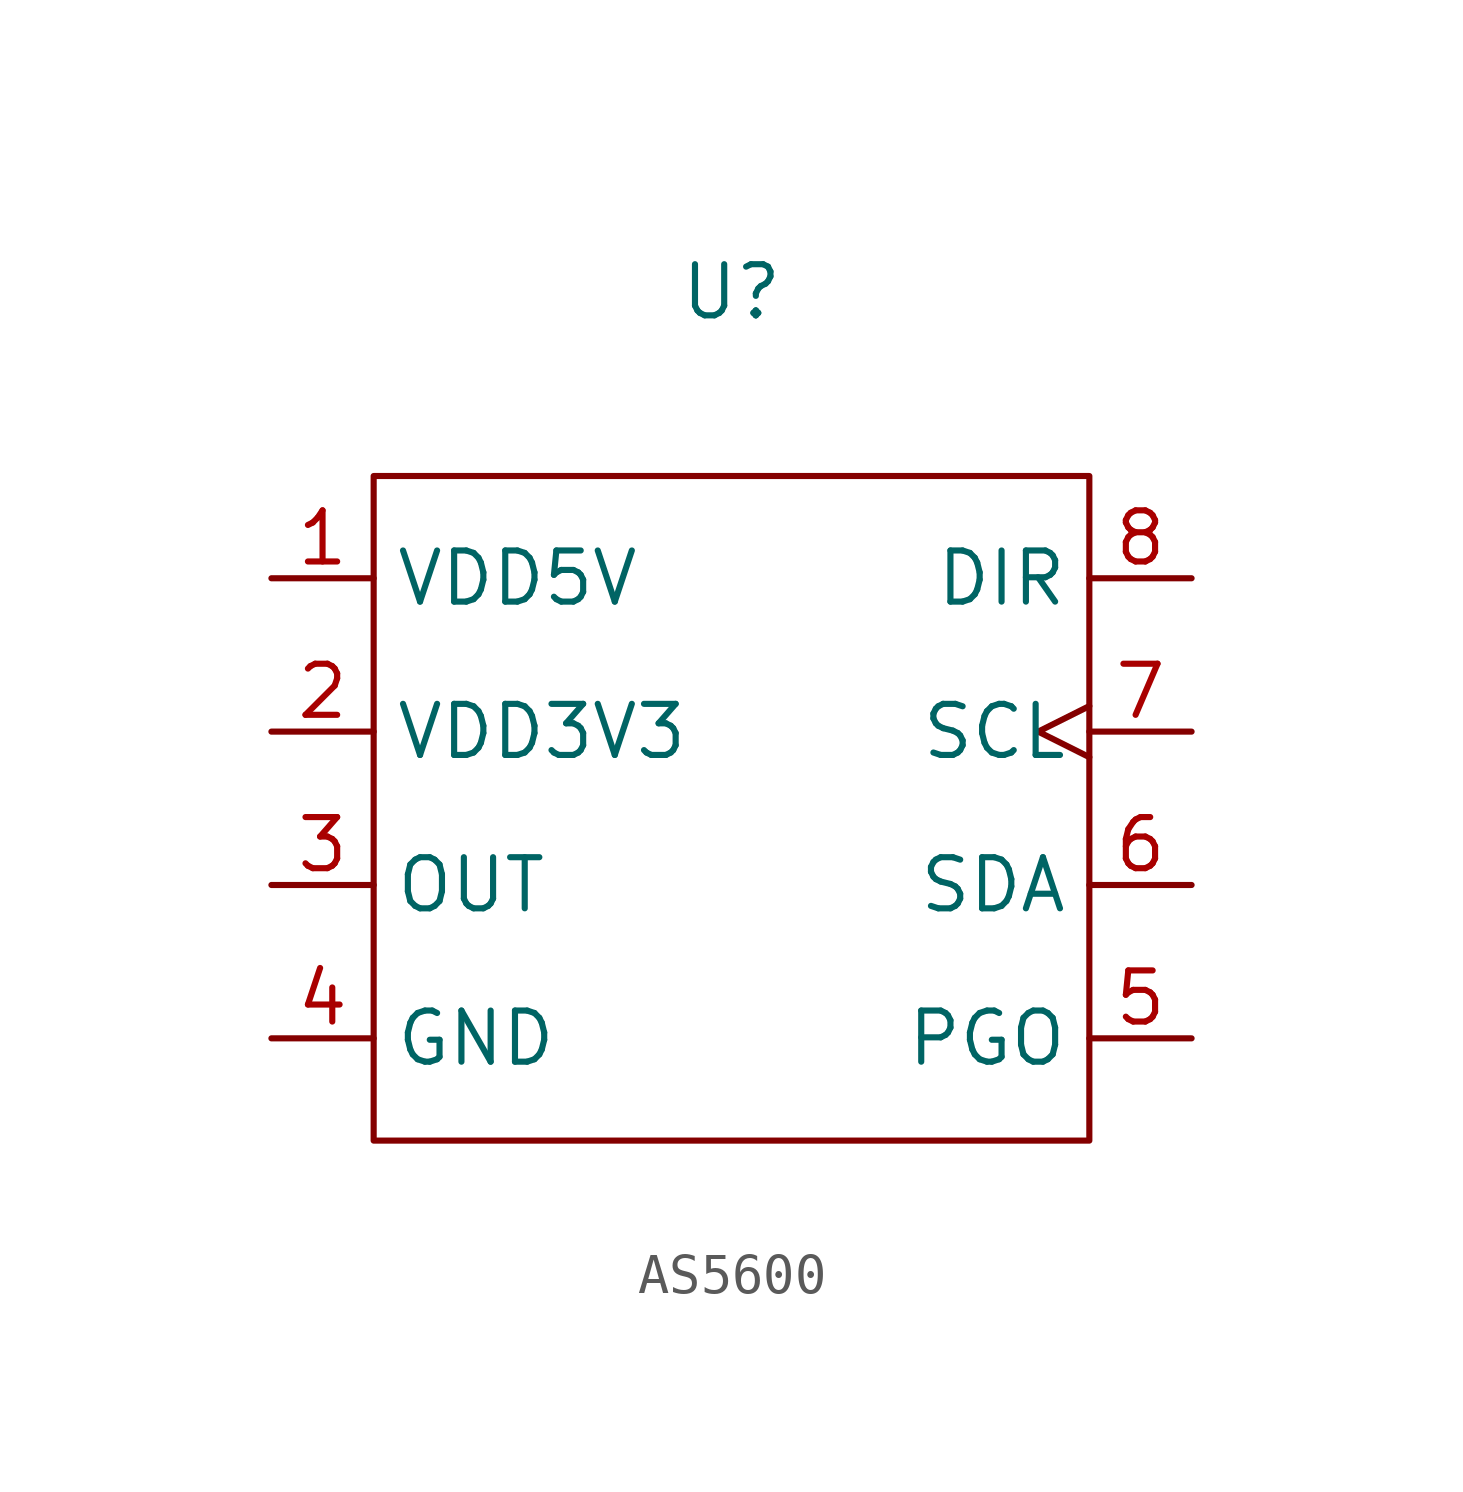
<source format=kicad_sym>
(kicad_symbol_lib
  (version 20241209)
  (generator "kicad_symbol_editor")
  (generator_version "9.0")
  (symbol "AS5600"
    (property "Reference" "U"
      (at 0 21.082 0)
      (effects (font (size 1.27 1.27))))
    (property "Value" ""
      (at 0 0 0)
      (effects (font (size 1.27 1.27))))
    (symbol "AS5600_0_1"
      (rectangle (start -8.89 16.51) (end 8.89 0) (stroke (width 0) (type default)) (fill (type none))))
    (symbol "AS5600_1_1"
      (pin power_in line (at -11.43 13.97 0) (length 2.54) (name "VDD5V" (effects (font (size 1.27 1.27)))) (number "1" (effects (font (size 1.27 1.27)))))
      (pin power_in line (at -11.43 10.16 0) (length 2.54) (name "VDD3V3" (effects (font (size 1.27 1.27)))) (number "2" (effects (font (size 1.27 1.27)))))
      (pin output line (at -11.43 6.35 0) (length 2.54) (name "OUT" (effects (font (size 1.27 1.27)))) (number "3" (effects (font (size 1.27 1.27)))))
      (pin passive line (at -11.43 2.54 0) (length 2.54) (name "GND" (effects (font (size 1.27 1.27)))) (number "4" (effects (font (size 1.27 1.27)))))
      (pin input line (at 11.43 13.97 180) (length 2.54) (name "DIR" (effects (font (size 1.27 1.27)))) (number "8" (effects (font (size 1.27 1.27)))))
      (pin bidirectional clock (at 11.43 10.16 180) (length 2.54) (name "SCL" (effects (font (size 1.27 1.27)))) (number "7" (effects (font (size 1.27 1.27)))))
      (pin bidirectional line (at 11.43 6.35 180) (length 2.54) (name "SDA" (effects (font (size 1.27 1.27)))) (number "6" (effects (font (size 1.27 1.27)))))
      (pin input line (at 11.43 2.54 180) (length 2.54) (name "PGO" (effects (font (size 1.27 1.27)))) (number "5" (effects (font (size 1.27 1.27))))))))
</source>
